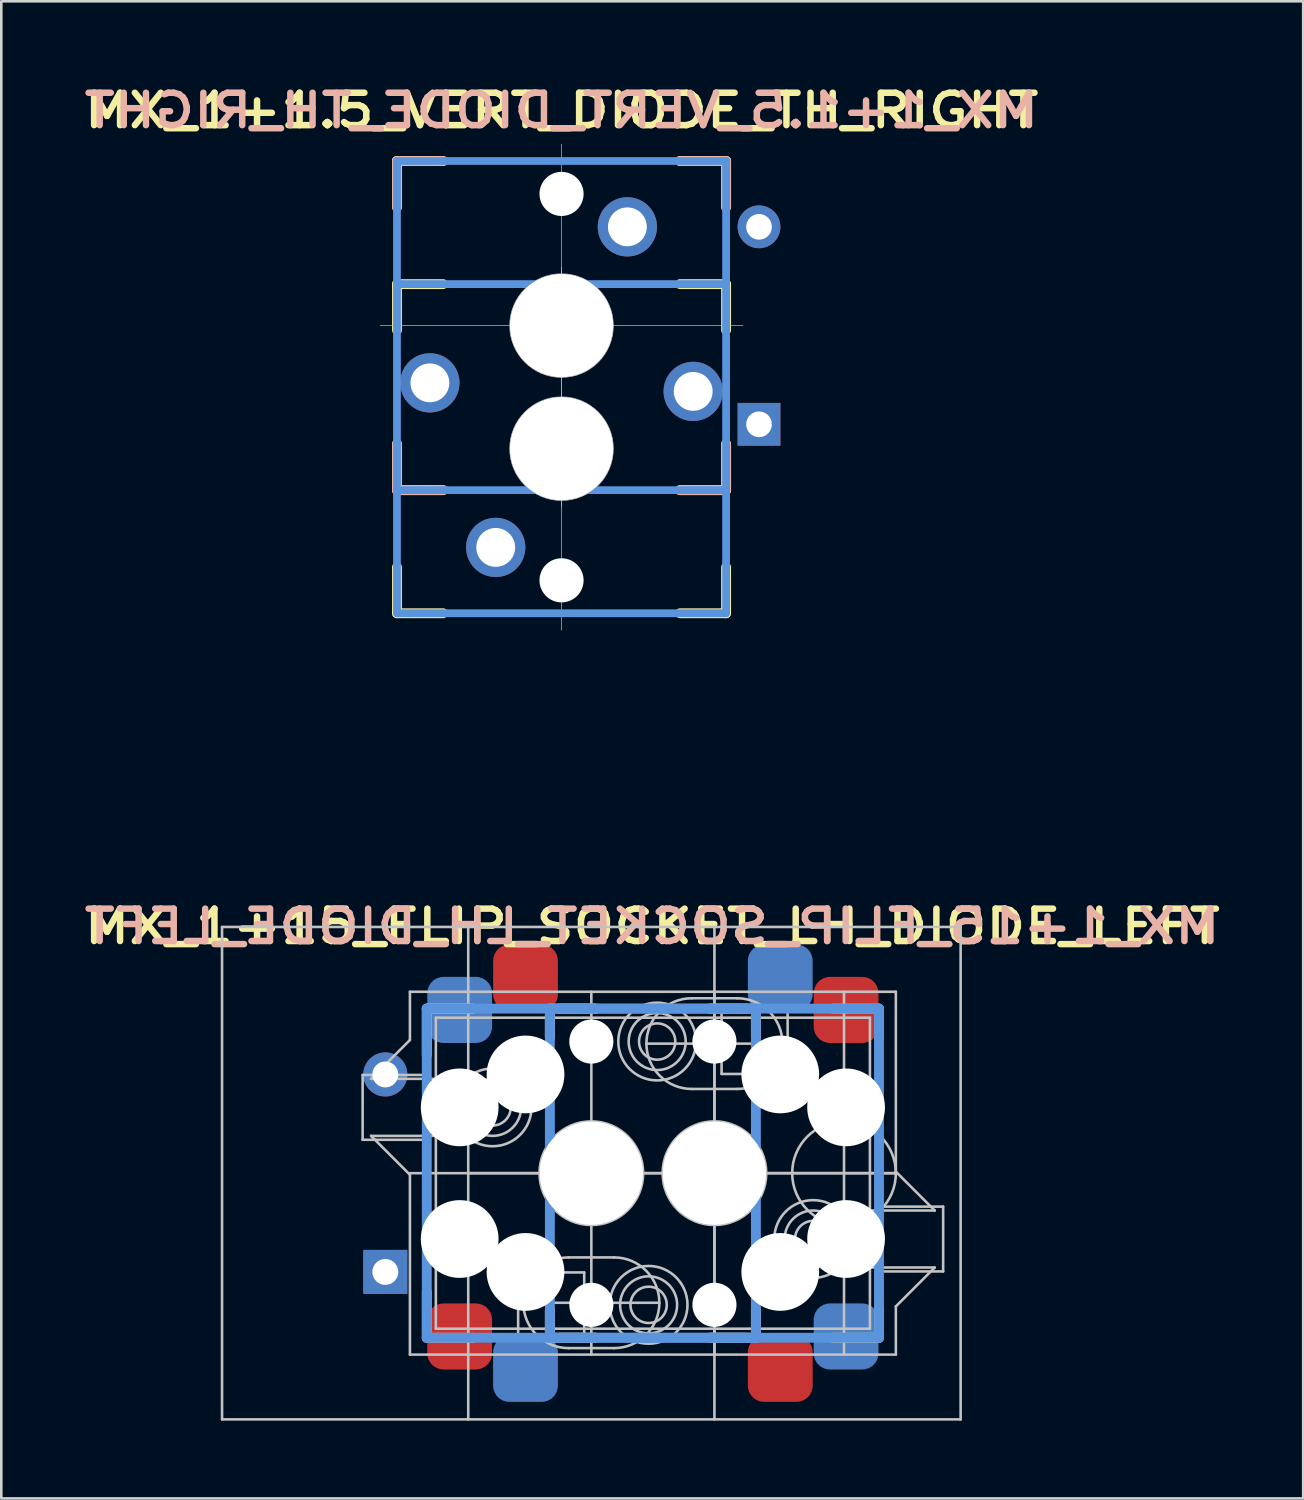
<source format=kicad_pcb>
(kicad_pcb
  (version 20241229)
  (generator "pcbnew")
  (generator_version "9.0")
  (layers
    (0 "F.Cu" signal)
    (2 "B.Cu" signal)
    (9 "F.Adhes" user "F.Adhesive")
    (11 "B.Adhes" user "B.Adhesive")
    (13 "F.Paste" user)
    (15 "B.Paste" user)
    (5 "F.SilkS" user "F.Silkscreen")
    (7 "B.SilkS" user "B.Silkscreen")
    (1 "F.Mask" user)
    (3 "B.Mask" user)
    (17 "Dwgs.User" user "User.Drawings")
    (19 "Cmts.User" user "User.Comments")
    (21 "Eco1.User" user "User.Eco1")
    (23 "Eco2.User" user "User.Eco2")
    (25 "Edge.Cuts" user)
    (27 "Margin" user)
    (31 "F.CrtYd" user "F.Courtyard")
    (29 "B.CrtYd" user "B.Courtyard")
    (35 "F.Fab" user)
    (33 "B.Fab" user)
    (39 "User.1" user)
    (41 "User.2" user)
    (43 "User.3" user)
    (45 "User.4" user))
  (footprint "MX_1+1.5_VERT_DIODE_TH_RIGHT"
    (layer "F.Cu")
    (at 18.618 9.513)
    (property "Reference" "MX_1+1.5_VERT_DIODE_TH_RIGHT" (at 0 -8.3 180) (layer "F.SilkS") (effects (font (size 1.25 1.5) (thickness 0.25))))
    (attr through_hole)
    (fp_line (start -6.35 -6.35) (end -4.572 -6.35) (stroke (width 0.381) (type solid)) (layer "F.SilkS"))
    (fp_line (start -6.35 -4.572) (end -6.35 -6.35) (stroke (width 0.381) (type solid)) (layer "F.SilkS"))
    (fp_line (start -6.35 -1.6) (end -4.572 -1.6) (stroke (width 0.381) (type solid)) (layer "F.SilkS"))
    (fp_line (start -6.35 0.178) (end -6.35 -1.6) (stroke (width 0.381) (type solid)) (layer "F.SilkS"))
    (fp_line (start -6.35 6.35) (end -6.35 4.572) (stroke (width 0.381) (type solid)) (layer "F.SilkS"))
    (fp_line (start -6.35 11.1) (end -6.35 9.322) (stroke (width 0.381) (type solid)) (layer "F.SilkS"))
    (fp_line (start -4.572 6.35) (end -6.35 6.35) (stroke (width 0.381) (type solid)) (layer "F.SilkS"))
    (fp_line (start -4.572 11.1) (end -6.35 11.1) (stroke (width 0.381) (type solid)) (layer "F.SilkS"))
    (fp_line (start 4.572 -6.35) (end 6.35 -6.35) (stroke (width 0.381) (type solid)) (layer "F.SilkS"))
    (fp_line (start 4.572 -1.6) (end 6.35 -1.6) (stroke (width 0.381) (type solid)) (layer "F.SilkS"))
    (fp_line (start 6.35 -6.35) (end 6.35 -4.572) (stroke (width 0.381) (type solid)) (layer "F.SilkS"))
    (fp_line (start 6.35 -1.6) (end 6.35 0.178) (stroke (width 0.381) (type solid)) (layer "F.SilkS"))
    (fp_line (start 6.35 4.572) (end 6.35 6.35) (stroke (width 0.381) (type solid)) (layer "F.SilkS"))
    (fp_line (start 6.35 6.35) (end 4.572 6.35) (stroke (width 0.381) (type solid)) (layer "F.SilkS"))
    (fp_line (start 6.35 9.322) (end 6.35 11.1) (stroke (width 0.381) (type solid)) (layer "F.SilkS"))
    (fp_line (start 6.35 11.1) (end 4.572 11.1) (stroke (width 0.381) (type solid)) (layer "F.SilkS"))
    (fp_line (start -6.35 -6.35) (end -4.572 -6.35) (stroke (width 0.381) (type solid)) (layer "B.SilkS"))
    (fp_line (start -6.35 -4.572) (end -6.35 -6.35) (stroke (width 0.381) (type solid)) (layer "B.SilkS"))
    (fp_line (start -6.35 6.35) (end -6.35 4.572) (stroke (width 0.381) (type solid)) (layer "B.SilkS"))
    (fp_line (start -4.572 6.35) (end -6.35 6.35) (stroke (width 0.381) (type solid)) (layer "B.SilkS"))
    (fp_line (start 4.572 -6.35) (end 6.35 -6.35) (stroke (width 0.381) (type solid)) (layer "B.SilkS"))
    (fp_line (start 6.35 -6.35) (end 6.35 -4.572) (stroke (width 0.381) (type solid)) (layer "B.SilkS"))
    (fp_line (start 6.35 4.572) (end 6.35 6.35) (stroke (width 0.381) (type solid)) (layer "B.SilkS"))
    (fp_line (start 6.35 6.35) (end 4.572 6.35) (stroke (width 0.381) (type solid)) (layer "B.SilkS"))
    (fp_line (start 0 -7) (end 0 7) (stroke (width 0.025) (type solid)) (layer "Dwgs.User"))
    (fp_line (start 0 -2.25) (end 0 11.75) (stroke (width 0.025) (type solid)) (layer "Dwgs.User"))
    (fp_line (start 7 0) (end -7 0) (stroke (width 0.025) (type solid)) (layer "Dwgs.User"))
    (fp_circle (center 0 0) (end 2 0) (stroke (width 0.025) (type solid)) (fill no) (layer "Dwgs.User"))
    (fp_circle (center 0 4.75) (end 2 4.75) (stroke (width 0.025) (type solid)) (fill no) (layer "Dwgs.User"))
    (fp_line (start -6.35 -6.35) (end 6.35 -6.35) (stroke (width 0.3) (type solid)) (layer "Cmts.User"))
    (fp_line (start -6.35 -1.6) (end 6.35 -1.6) (stroke (width 0.3) (type solid)) (layer "Cmts.User"))
    (fp_line (start -6.35 6.35) (end 6.35 6.35) (stroke (width 0.3) (type solid)) (layer "Cmts.User"))
    (fp_line (start -6.35 11.1) (end -6.35 -6.35) (stroke (width 0.3) (type solid)) (layer "Cmts.User"))
    (fp_line (start 6.35 -6.35) (end 6.35 11.1) (stroke (width 0.3) (type solid)) (layer "Cmts.User"))
    (fp_line (start 6.35 11.1) (end -6.35 11.1) (stroke (width 0.3) (type solid)) (layer "Cmts.User"))
    (fp_line (start -7 -7) (end -7 11.75) (stroke (width 0.025) (type solid)) (layer "Eco1.User"))
    (fp_line (start -7 -7) (end 7 -7) (stroke (width 0.025) (type solid)) (layer "Eco1.User"))
    (fp_line (start -7 11.75) (end 7 11.75) (stroke (width 0.025) (type solid)) (layer "Eco1.User"))
    (fp_line (start 7 11.75) (end 7 -7) (stroke (width 0.025) (type solid)) (layer "Eco1.User"))
    (fp_line (start -9.5 -9.5) (end -9.5 19) (stroke (width 0.025) (type solid)) (layer "Eco2.User"))
    (fp_line (start -9.5 -9.5) (end 9.5 -9.5) (stroke (width 0.025) (type solid)) (layer "Eco2.User"))
    (fp_line (start -9.5 19) (end 9.5 19) (stroke (width 0.025) (type solid)) (layer "Eco2.User"))
    (fp_line (start 9.5 9.5) (end -9.5 9.5) (stroke (width 0.025) (type solid)) (layer "Eco2.User"))
    (fp_line (start 9.5 19) (end 9.5 -9.5) (stroke (width 0.025) (type solid)) (layer "Eco2.User"))
    (fp_text user "${REFERENCE}" (at 0 -8.3 0) (layer "B.SilkS") (effects (font (size 1.25 1.5) (thickness 0.25)) (justify mirror)))
    (pad "" np_thru_hole circle (at 0 -5.08 270) (size 1.702 1.702) (drill 1.702) (layers "*.Cu" "*.Mask"))
    (pad "" np_thru_hole circle (at 0 0 270) (size 3.988 3.988) (drill 3.988) (layers "*.Cu" "*.Mask"))
    (pad "" np_thru_hole circle (at 0 4.75 270) (size 3.988 3.988) (drill 3.988) (layers "*.Cu" "*.Mask"))
    (pad "" np_thru_hole circle (at 0 9.83 270) (size 1.702 1.702) (drill 1.702) (layers "*.Cu" "*.Mask"))
    (pad "1" thru_hole circle (at -2.54 8.56 90) (size 2.286 2.286) (drill 1.499) (layers "*.Cu" "*.Mask"))
    (pad "1" thru_hole circle (at 5.08 2.54 270) (size 2.286 2.286) (drill 1.499) (layers "*.Cu" "*.Mask"))
    (pad "2" thru_hole circle (at -5.08 2.21 90) (size 2.286 2.286) (drill 1.499) (layers "*.Cu" "*.Mask"))
    (pad "2" thru_hole circle (at 2.54 -3.81 270) (size 2.286 2.286) (drill 1.499) (layers "*.Cu" "*.Mask"))
    (pad "3" thru_hole circle (at 7.62 -3.81 270) (size 1.651 1.651) (drill 0.991) (layers "*.Cu" "*.Mask"))
    (pad "4" thru_hole rect (at 7.62 3.81 270) (size 1.651 1.651) (drill 0.991) (layers "*.Cu" "*.Mask")))
  (footprint "MX_1+15_FLIP_SOCKET_LH_DIODE_LEFT"
    (layer "F.Cu")
    (at 19.768 42.22)
    (property "Reference" "MX_1+15_FLIP_SOCKET_LH_DIODE_LEFT" (at 2.35 -9.525 180) (layer "F.SilkS") (effects (font (size 1.25 1.5) (thickness 0.25))))
    (attr through_hole)
    (fp_line (start -6.35 -6.35) (end -4.572 -6.35) (stroke (width 0.381) (type solid)) (layer "F.SilkS"))
    (fp_line (start -6.35 -4.572) (end -6.35 -6.35) (stroke (width 0.381) (type solid)) (layer "F.SilkS"))
    (fp_line (start -1.6 -5.25) (end -1.6 -6.1) (stroke (width 0.381) (type solid)) (layer "F.SilkS"))
    (fp_line (start -1.6 6.35) (end -1.6 5.3) (stroke (width 0.381) (type solid)) (layer "F.SilkS"))
    (fp_line (start -1.25 -6.35) (end 0.178 -6.35) (stroke (width 0.381) (type solid)) (layer "F.SilkS"))
    (fp_line (start 0.178 6.35) (end -1.6 6.35) (stroke (width 0.381) (type solid)) (layer "F.SilkS"))
    (fp_line (start 4.572 -6.35) (end 6.35 -6.35) (stroke (width 0.381) (type solid)) (layer "F.SilkS"))
    (fp_line (start 6 6.35) (end 4.572 6.35) (stroke (width 0.381) (type solid)) (layer "F.SilkS"))
    (fp_line (start 6.35 -6.35) (end 6.35 -5.25) (stroke (width 0.381) (type solid)) (layer "F.SilkS"))
    (fp_line (start 6.35 5.3) (end 6.35 6.1) (stroke (width 0.381) (type solid)) (layer "F.SilkS"))
    (fp_line (start 11.1 5.2) (end 11.1 6.35) (stroke (width 0.381) (type solid)) (layer "F.SilkS"))
    (fp_line (start 11.1 6.35) (end 9.322 6.35) (stroke (width 0.381) (type solid)) (layer "F.SilkS"))
    (fp_line (start -6.35 6.35) (end -6.35 4.572) (stroke (width 0.381) (type solid)) (layer "B.SilkS"))
    (fp_line (start -4.572 6.35) (end -6.35 6.35) (stroke (width 0.381) (type solid)) (layer "B.SilkS"))
    (fp_line (start -1.6 -6.35) (end 0.178 -6.35) (stroke (width 0.381) (type solid)) (layer "B.SilkS"))
    (fp_line (start -1.6 -5.25) (end -1.6 -6.35) (stroke (width 0.381) (type solid)) (layer "B.SilkS"))
    (fp_line (start -1.6 6.1) (end -1.6 5.3) (stroke (width 0.381) (type solid)) (layer "B.SilkS"))
    (fp_line (start 0.178 6.35) (end -1.25 6.35) (stroke (width 0.381) (type solid)) (layer "B.SilkS"))
    (fp_line (start 4.572 -6.35) (end 6 -6.35) (stroke (width 0.381) (type solid)) (layer "B.SilkS"))
    (fp_line (start 6.35 -6.1) (end 6.35 -5.25) (stroke (width 0.381) (type solid)) (layer "B.SilkS"))
    (fp_line (start 6.35 5.3) (end 6.35 6.35) (stroke (width 0.381) (type solid)) (layer "B.SilkS"))
    (fp_line (start 6.35 6.35) (end 4.572 6.35) (stroke (width 0.381) (type solid)) (layer "B.SilkS"))
    (fp_line (start 9.322 -6.35) (end 11.1 -6.35) (stroke (width 0.381) (type solid)) (layer "B.SilkS"))
    (fp_line (start 11.1 -6.35) (end 11.1 -5.2) (stroke (width 0.381) (type solid)) (layer "B.SilkS"))
    (fp_line (start -14.25 -9.5) (end -14.25 9.5) (stroke (width 0.1) (type solid)) (layer "Dwgs.User"))
    (fp_line (start -14.25 9.5) (end 14.25 9.5) (stroke (width 0.1) (type solid)) (layer "Dwgs.User"))
    (fp_line (start -8.825 -3.79) (end -8.825 -1.29) (stroke (width 0.1) (type solid)) (layer "Dwgs.User"))
    (fp_line (start -8.825 -1.29) (end -6.275 -1.29) (stroke (width 0.1) (type solid)) (layer "Dwgs.User"))
    (fp_line (start -8.5 -3.64) (end -7 -5.14) (stroke (width 0.1) (type solid)) (layer "Dwgs.User"))
    (fp_line (start -8.5 -3.64) (end -6 -3.64) (stroke (width 0.1) (type solid)) (layer "Dwgs.User"))
    (fp_line (start -7 -5.14) (end -7 -7) (stroke (width 0.1) (type solid)) (layer "Dwgs.User"))
    (fp_line (start -7 0.06) (end -8.5 -1.44) (stroke (width 0.1) (type solid)) (layer "Dwgs.User"))
    (fp_line (start -7 7) (end -7 0.06) (stroke (width 0.1) (type solid)) (layer "Dwgs.User"))
    (fp_line (start -7 7) (end 11.75 7) (stroke (width 0.1) (type solid)) (layer "Dwgs.User"))
    (fp_line (start -6.275 -3.79) (end -8.825 -3.79) (stroke (width 0.1) (type solid)) (layer "Dwgs.User"))
    (fp_line (start -6.275 -1.29) (end -6.275 -3.79) (stroke (width 0.1) (type solid)) (layer "Dwgs.User"))
    (fp_line (start -6 -3.64) (end -6 -6) (stroke (width 0.1) (type solid)) (layer "Dwgs.User"))
    (fp_line (start -6 -1.44) (end -8.5 -1.44) (stroke (width 0.1) (type solid)) (layer "Dwgs.User"))
    (fp_line (start -6 6) (end -6 -1.44) (stroke (width 0.1) (type solid)) (layer "Dwgs.User"))
    (fp_line (start -4.75 -9.5) (end -4.75 9.5) (stroke (width 0.1) (type solid)) (layer "Dwgs.User"))
    (fp_line (start -2.825 3.83) (end -2.825 6.33) (stroke (width 0.1) (type solid)) (layer "Dwgs.User"))
    (fp_line (start -2.825 6.33) (end -0.275 6.33) (stroke (width 0.1) (type solid)) (layer "Dwgs.User"))
    (fp_line (start -0.275 3.83) (end -2.825 3.83) (stroke (width 0.1) (type solid)) (layer "Dwgs.User"))
    (fp_line (start -0.275 6.33) (end -0.275 3.83) (stroke (width 0.1) (type solid)) (layer "Dwgs.User"))
    (fp_line (start 0 7) (end 0 -7) (stroke (width 0.1) (type solid)) (layer "Dwgs.User"))
    (fp_line (start 0.875 3.25) (end -0.875 3.25) (stroke (width 0.1) (type solid)) (layer "Dwgs.User"))
    (fp_line (start 0.875 6.75) (end -0.875 6.75) (stroke (width 0.1) (type solid)) (layer "Dwgs.User"))
    (fp_line (start 2.125 -5) (end 7.375 -5) (stroke (width 0.1) (type solid)) (layer "Dwgs.User"))
    (fp_line (start 2.625 5) (end -2.625 5) (stroke (width 0.1) (type solid)) (layer "Dwgs.User"))
    (fp_line (start 3.875 -6.75) (end 5.625 -6.75) (stroke (width 0.1) (type solid)) (layer "Dwgs.User"))
    (fp_line (start 3.875 -3.25) (end 5.625 -3.25) (stroke (width 0.1) (type solid)) (layer "Dwgs.User"))
    (fp_line (start 4.75 -9.5) (end 4.75 9.5) (stroke (width 0.1) (type solid)) (layer "Dwgs.User"))
    (fp_line (start 4.75 7) (end 4.75 -7) (stroke (width 0.1) (type solid)) (layer "Dwgs.User"))
    (fp_line (start 5.025 -6.33) (end 5.025 -3.83) (stroke (width 0.1) (type solid)) (layer "Dwgs.User"))
    (fp_line (start 5.025 -3.83) (end 7.575 -3.83) (stroke (width 0.1) (type solid)) (layer "Dwgs.User"))
    (fp_line (start 7.575 -6.33) (end 5.025 -6.33) (stroke (width 0.1) (type solid)) (layer "Dwgs.User"))
    (fp_line (start 7.575 -3.83) (end 7.575 -6.33) (stroke (width 0.1) (type solid)) (layer "Dwgs.User"))
    (fp_line (start 9.75 -7) (end 9.75 7) (stroke (width 0.1) (type solid)) (layer "Dwgs.User"))
    (fp_line (start 10.75 -6) (end -6 -6) (stroke (width 0.1) (type solid)) (layer "Dwgs.User"))
    (fp_line (start 10.75 -6) (end 10.75 1.44) (stroke (width 0.1) (type solid)) (layer "Dwgs.User"))
    (fp_line (start 10.75 1.44) (end 13.25 1.44) (stroke (width 0.1) (type solid)) (layer "Dwgs.User"))
    (fp_line (start 10.75 3.64) (end 10.75 6) (stroke (width 0.1) (type solid)) (layer "Dwgs.User"))
    (fp_line (start 10.75 6) (end -6 6) (stroke (width 0.1) (type solid)) (layer "Dwgs.User"))
    (fp_line (start 11.025 1.29) (end 11.025 3.79) (stroke (width 0.1) (type solid)) (layer "Dwgs.User"))
    (fp_line (start 11.025 3.79) (end 13.575 3.79) (stroke (width 0.1) (type solid)) (layer "Dwgs.User"))
    (fp_line (start 11.75 -7) (end -7 -7) (stroke (width 0.1) (type solid)) (layer "Dwgs.User"))
    (fp_line (start 11.75 -7) (end 11.75 -0.06) (stroke (width 0.1) (type solid)) (layer "Dwgs.User"))
    (fp_line (start 11.75 -0.06) (end 13.25 1.44) (stroke (width 0.1) (type solid)) (layer "Dwgs.User"))
    (fp_line (start 11.75 0) (end -7 0) (stroke (width 0.1) (type solid)) (layer "Dwgs.User"))
    (fp_line (start 11.75 0) (end -4.75 0) (stroke (width 0.1) (type solid)) (layer "Dwgs.User"))
    (fp_line (start 11.75 5.14) (end 11.75 7) (stroke (width 0.1) (type solid)) (layer "Dwgs.User"))
    (fp_line (start 13.25 3.64) (end 10.75 3.64) (stroke (width 0.1) (type solid)) (layer "Dwgs.User"))
    (fp_line (start 13.25 3.64) (end 11.75 5.14) (stroke (width 0.1) (type solid)) (layer "Dwgs.User"))
    (fp_line (start 13.575 1.29) (end 11.025 1.29) (stroke (width 0.1) (type solid)) (layer "Dwgs.User"))
    (fp_line (start 13.575 3.79) (end 13.575 1.29) (stroke (width 0.1) (type solid)) (layer "Dwgs.User"))
    (fp_line (start 14.25 -9.5) (end -14.25 -9.5) (stroke (width 0.1) (type solid)) (layer "Dwgs.User"))
    (fp_line (start 14.25 9.5) (end 14.25 -9.5) (stroke (width 0.1) (type solid)) (layer "Dwgs.User"))
    (fp_arc (start -0.875 6.75) (mid -2.625 5) (end -0.875 3.25) (stroke (width 0.1) (type solid)) (layer "Dwgs.User"))
    (fp_arc (start 0.875 3.25) (mid 2.625 5) (end 0.875 6.75) (stroke (width 0.1) (type solid)) (layer "Dwgs.User"))
    (fp_arc (start 3.875 -3.25) (mid 2.125 -5) (end 3.875 -6.75) (stroke (width 0.1) (type solid)) (layer "Dwgs.User"))
    (fp_arc (start 5.625 -6.75) (mid 7.375 -5) (end 5.625 -3.25) (stroke (width 0.1) (type solid)) (layer "Dwgs.User"))
    (fp_circle (center -3.81 -2.54) (end -3.81 -1.84) (stroke (width 0.1) (type solid)) (fill no) (layer "Dwgs.User"))
    (fp_circle (center -3.81 -2.54) (end -3.81 -1.44) (stroke (width 0.1) (type solid)) (fill no) (layer "Dwgs.User"))
    (fp_circle (center -3.81 -2.54) (end -3.81 -1.04) (stroke (width 0.1) (type solid)) (fill no) (layer "Dwgs.User"))
    (fp_circle (center 0 0) (end 0 2) (stroke (width 0.1) (type solid)) (fill no) (layer "Dwgs.User"))
    (fp_circle (center 2.21 5.08) (end 2.21 5.78) (stroke (width 0.1) (type solid)) (fill no) (layer "Dwgs.User"))
    (fp_circle (center 2.21 5.08) (end 2.21 6.18) (stroke (width 0.1) (type solid)) (fill no) (layer "Dwgs.User"))
    (fp_circle (center 2.21 5.08) (end 2.21 6.58) (stroke (width 0.1) (type solid)) (fill no) (layer "Dwgs.User"))
    (fp_circle (center 2.54 -5.08) (end 2.54 -4.38) (stroke (width 0.1) (type solid)) (fill no) (layer "Dwgs.User"))
    (fp_circle (center 2.54 -5.08) (end 2.54 -3.98) (stroke (width 0.1) (type solid)) (fill no) (layer "Dwgs.User"))
    (fp_circle (center 2.54 -5.08) (end 2.54 -3.58) (stroke (width 0.1) (type solid)) (fill no) (layer "Dwgs.User"))
    (fp_circle (center 4.75 0) (end 4.75 2) (stroke (width 0.1) (type solid)) (fill no) (layer "Dwgs.User"))
    (fp_circle (center 8.56 2.54) (end 8.56 3.24) (stroke (width 0.1) (type solid)) (fill no) (layer "Dwgs.User"))
    (fp_circle (center 8.56 2.54) (end 8.56 3.64) (stroke (width 0.1) (type solid)) (fill no) (layer "Dwgs.User"))
    (fp_circle (center 8.56 2.54) (end 8.56 4.04) (stroke (width 0.1) (type solid)) (fill no) (layer "Dwgs.User"))
    (fp_circle (center 9.75 0) (end 9.75 2) (stroke (width 0.1) (type solid)) (fill no) (layer "Dwgs.User"))
    (fp_line (start -6.35 -6.35) (end 6.35 -6.35) (stroke (width 0.381) (type solid)) (layer "Cmts.User"))
    (fp_line (start -6.35 6.35) (end -6.35 -6.35) (stroke (width 0.381) (type solid)) (layer "Cmts.User"))
    (fp_line (start -1.6 -6.35) (end 11.1 -6.35) (stroke (width 0.381) (type solid)) (layer "Cmts.User"))
    (fp_line (start -1.6 6.35) (end -1.6 -6.35) (stroke (width 0.381) (type solid)) (layer "Cmts.User"))
    (fp_line (start 6.35 -6.35) (end 6.35 6.35) (stroke (width 0.381) (type solid)) (layer "Cmts.User"))
    (fp_line (start 6.35 6.35) (end -6.35 6.35) (stroke (width 0.381) (type solid)) (layer "Cmts.User"))
    (fp_line (start 11.1 -6.35) (end 11.1 6.35) (stroke (width 0.381) (type solid)) (layer "Cmts.User"))
    (fp_line (start 11.1 6.35) (end -1.6 6.35) (stroke (width 0.381) (type solid)) (layer "Cmts.User"))
    (fp_line (start -4.75 -9.5) (end 14.25 -9.5) (stroke (width 0.025) (type solid)) (layer "Eco2.User"))
    (fp_line (start -4.75 9.5) (end -4.75 -9.5) (stroke (width 0.025) (type solid)) (layer "Eco2.User"))
    (fp_line (start -2.25 -7) (end 11.75 -7) (stroke (width 0.025) (type solid)) (layer "Eco2.User"))
    (fp_line (start -2.25 7) (end -2.25 -7) (stroke (width 0.025) (type solid)) (layer "Eco2.User"))
    (fp_line (start -2.25 7) (end 11.75 7) (stroke (width 0.025) (type solid)) (layer "Eco2.User"))
    (fp_line (start 11.75 -7) (end 11.75 7) (stroke (width 0.025) (type solid)) (layer "Eco2.User"))
    (fp_line (start 14.25 -9.5) (end 14.25 9.5) (stroke (width 0.025) (type solid)) (layer "Eco2.User"))
    (fp_line (start 14.25 9.5) (end -4.75 9.5) (stroke (width 0.025) (type solid)) (layer "Eco2.User"))
    (fp_text user "${REFERENCE}" (at 2.35 -9.525 0) (layer "B.SilkS") (effects (font (size 1.25 1.5) (thickness 0.25)) (justify mirror)))
    (pad "" np_thru_hole circle (at -5.08 -2.54 90) (size 3 3) (drill 3) (layers "*.Cu" "*.Mask"))
    (pad "" np_thru_hole circle (at -5.08 2.54 90) (size 3 3) (drill 3) (layers "*.Cu" "*.Mask"))
    (pad "" np_thru_hole circle (at -2.54 -3.81 90) (size 3 3) (drill 3) (layers "*.Cu" "*.Mask"))
    (pad "" np_thru_hole circle (at -2.54 3.81 90) (size 3 3) (drill 3) (layers "*.Cu" "*.Mask"))
    (pad "" np_thru_hole circle (at 0 -5.08 90) (size 1.702 1.702) (drill 1.702) (layers "*.Cu" "*.Mask"))
    (pad "" np_thru_hole circle (at 0 0 90) (size 3.988 3.988) (drill 3.988) (layers "*.Cu" "*.Mask"))
    (pad "" np_thru_hole circle (at 0 5.08 90) (size 1.702 1.702) (drill 1.702) (layers "*.Cu" "*.Mask"))
    (pad "" np_thru_hole circle (at 4.75 -5.08 270) (size 1.702 1.702) (drill 1.702) (layers "*.Cu" "*.Mask"))
    (pad "" np_thru_hole circle (at 4.75 0 270) (size 3.988 3.988) (drill 3.988) (layers "*.Cu" "*.Mask"))
    (pad "" np_thru_hole circle (at 4.75 5.08 270) (size 1.702 1.702) (drill 1.702) (layers "*.Cu" "*.Mask"))
    (pad "" np_thru_hole circle (at 7.29 -3.81 270) (size 3 3) (drill 3) (layers "*.Cu" "*.Mask"))
    (pad "" np_thru_hole circle (at 7.29 3.81 270) (size 3 3) (drill 3) (layers "*.Cu" "*.Mask"))
    (pad "" np_thru_hole circle (at 9.83 -2.54 270) (size 3 3) (drill 3) (layers "*.Cu" "*.Mask"))
    (pad "" np_thru_hole circle (at 9.83 2.54 270) (size 3 3) (drill 3) (layers "*.Cu" "*.Mask"))
    (pad "1" smd roundrect (at -5.08 6.3 90) (size 2.55 2.5) (layers "F.Cu" "F.Mask" "F.Paste") (roundrect_rratio 0.25))
    (pad "1" smd roundrect (at -2.54 7.55 90) (size 2.55 2.5) (layers "B.Cu" "B.Mask" "B.Paste") (roundrect_rratio 0.25))
    (pad "1" smd roundrect (at 7.29 7.55 270) (size 2.55 2.5) (layers "F.Cu" "F.Mask" "F.Paste") (roundrect_rratio 0.25))
    (pad "1" smd roundrect (at 9.83 6.3 270) (size 2.55 2.5) (layers "B.Cu" "B.Mask" "B.Paste") (roundrect_rratio 0.25))
    (pad "2" smd roundrect (at -5.08 -6.3 90) (size 2.55 2.5) (layers "B.Cu" "B.Mask" "B.Paste") (roundrect_rratio 0.25))
    (pad "2" smd roundrect (at -2.54 -7.55 90) (size 2.55 2.5) (layers "F.Cu" "F.Mask" "F.Paste") (roundrect_rratio 0.25))
    (pad "2" smd roundrect (at 7.29 -7.55 270) (size 2.55 2.5) (layers "B.Cu" "B.Mask" "B.Paste") (roundrect_rratio 0.25))
    (pad "2" smd roundrect (at 9.83 -6.3 270) (size 2.55 2.5) (layers "F.Cu" "F.Mask" "F.Paste") (roundrect_rratio 0.25))
    (pad "3" thru_hole circle (at -7.95 -3.81 270) (size 1.7 1.7) (drill 1) (layers "*.Cu" "*.Mask"))
    (pad "4" thru_hole rect (at -7.95 3.81 270) (size 1.7 1.7) (drill 1) (layers "*.Cu" "*.Mask")))
  (gr_rect
    (start -3 -3)
    (end 47.236 54.77)
    (stroke (width 0.1) (type default))
    (fill no)
    (layer "Edge.Cuts")))
</source>
